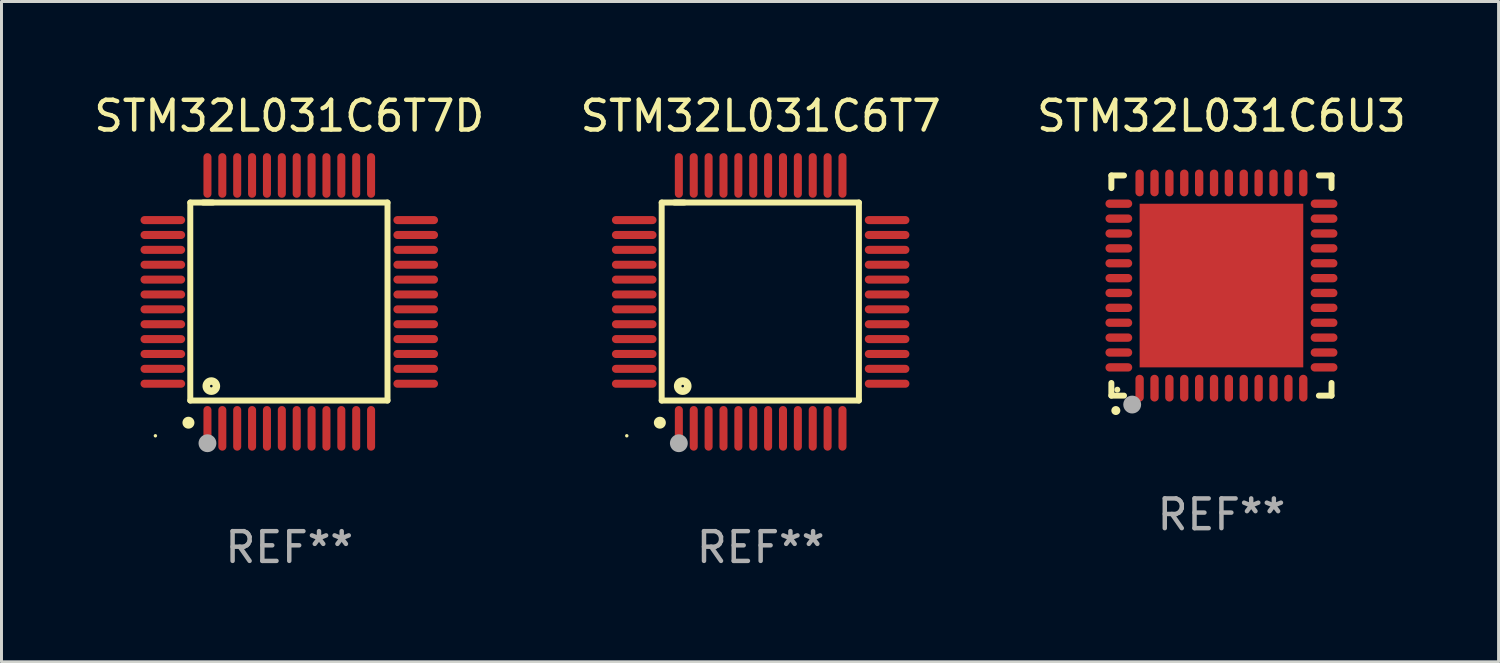
<source format=kicad_pcb>
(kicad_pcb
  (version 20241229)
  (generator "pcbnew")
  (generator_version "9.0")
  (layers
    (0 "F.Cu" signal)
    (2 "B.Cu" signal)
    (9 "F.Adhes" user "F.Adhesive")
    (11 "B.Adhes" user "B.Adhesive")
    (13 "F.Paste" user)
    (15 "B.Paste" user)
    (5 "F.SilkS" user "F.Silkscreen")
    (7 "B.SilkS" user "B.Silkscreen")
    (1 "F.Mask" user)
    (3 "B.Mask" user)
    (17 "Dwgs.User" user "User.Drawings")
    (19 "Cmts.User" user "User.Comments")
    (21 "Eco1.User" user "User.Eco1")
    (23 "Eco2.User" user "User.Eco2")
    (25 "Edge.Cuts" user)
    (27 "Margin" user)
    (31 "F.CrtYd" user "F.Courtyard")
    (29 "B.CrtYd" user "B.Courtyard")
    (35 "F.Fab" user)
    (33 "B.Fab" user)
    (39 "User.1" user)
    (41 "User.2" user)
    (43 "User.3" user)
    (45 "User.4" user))
  (footprint "STM32L031C6T7D"
    (layer "F.Cu")
    (at 6.673 7.098)
    (property "Reference" "STM32L031C6T7D" (at 0 -6.25 0) (layer "F.SilkS") (effects (font (size 1 1) (thickness 0.15))))
    (attr through_hole)
    (fp_line (start -3.327 -3.34) (end -2.565 -3.34) (stroke (width 0.2) (type solid)) (layer "F.SilkS"))
    (fp_line (start -3.327 3.315) (end -3.327 -3.34) (stroke (width 0.2) (type solid)) (layer "F.SilkS"))
    (fp_line (start -2.896 -3.34) (end 3.302 -3.34) (stroke (width 0.2) (type solid)) (layer "F.SilkS"))
    (fp_line (start 3.302 -3.34) (end 3.302 3.315) (stroke (width 0.2) (type solid)) (layer "F.SilkS"))
    (fp_line (start 3.302 3.315) (end -3.327 3.315) (stroke (width 0.2) (type solid)) (layer "F.SilkS"))
    (fp_arc (start -3.389992 4.059995) (mid -3.388722 4.059991) (end -3.387452 4.059995) (stroke (width 0.4) (type solid)) (layer "F.SilkS"))
    (fp_circle (center -4.5 4.5) (end -4.47 4.5) (stroke (width 0.06) (type solid)) (fill no) (layer "F.SilkS"))
    (fp_circle (center -2.62 2.83) (end -2.45 2.83) (stroke (width 0.254) (type solid)) (fill no) (layer "F.SilkS"))
    (fp_circle (center -2.75 4.75) (end -2.6 4.75) (stroke (width 0.3) (type solid)) (fill no) (layer "F.Fab"))
    (fp_text user "REF**" (at 0 8.25 0) (layer "F.Fab") (effects (font (size 1 1) (thickness 0.15))))
    (pad "1" smd oval (at -2.75 4.25) (size 0.27 1.5) (layers "F.Cu" "F.Mask" "F.Paste"))
    (pad "2" smd oval (at -2.25 4.25) (size 0.27 1.5) (layers "F.Cu" "F.Mask" "F.Paste"))
    (pad "3" smd oval (at -1.75 4.25) (size 0.27 1.5) (layers "F.Cu" "F.Mask" "F.Paste"))
    (pad "4" smd oval (at -1.25 4.25) (size 0.27 1.5) (layers "F.Cu" "F.Mask" "F.Paste"))
    (pad "5" smd oval (at -0.75 4.25) (size 0.27 1.5) (layers "F.Cu" "F.Mask" "F.Paste"))
    (pad "6" smd oval (at -0.25 4.25) (size 0.27 1.5) (layers "F.Cu" "F.Mask" "F.Paste"))
    (pad "7" smd oval (at 0.25 4.25) (size 0.27 1.5) (layers "F.Cu" "F.Mask" "F.Paste"))
    (pad "8" smd oval (at 0.75 4.25) (size 0.27 1.5) (layers "F.Cu" "F.Mask" "F.Paste"))
    (pad "9" smd oval (at 1.25 4.25) (size 0.27 1.5) (layers "F.Cu" "F.Mask" "F.Paste"))
    (pad "10" smd oval (at 1.75 4.25) (size 0.27 1.5) (layers "F.Cu" "F.Mask" "F.Paste"))
    (pad "11" smd oval (at 2.25 4.25) (size 0.27 1.5) (layers "F.Cu" "F.Mask" "F.Paste"))
    (pad "12" smd oval (at 2.75 4.25) (size 0.27 1.5) (layers "F.Cu" "F.Mask" "F.Paste"))
    (pad "13" smd oval (at 4.25 2.75) (size 1.5 0.27) (layers "F.Cu" "F.Mask" "F.Paste"))
    (pad "14" smd oval (at 4.25 2.25) (size 1.5 0.27) (layers "F.Cu" "F.Mask" "F.Paste"))
    (pad "15" smd oval (at 4.25 1.75) (size 1.5 0.27) (layers "F.Cu" "F.Mask" "F.Paste"))
    (pad "16" smd oval (at 4.25 1.25) (size 1.5 0.27) (layers "F.Cu" "F.Mask" "F.Paste"))
    (pad "17" smd oval (at 4.25 0.75) (size 1.5 0.27) (layers "F.Cu" "F.Mask" "F.Paste"))
    (pad "18" smd oval (at 4.25 0.25) (size 1.5 0.27) (layers "F.Cu" "F.Mask" "F.Paste"))
    (pad "19" smd oval (at 4.25 -0.25) (size 1.5 0.27) (layers "F.Cu" "F.Mask" "F.Paste"))
    (pad "20" smd oval (at 4.25 -0.75) (size 1.5 0.27) (layers "F.Cu" "F.Mask" "F.Paste"))
    (pad "21" smd oval (at 4.25 -1.25) (size 1.5 0.27) (layers "F.Cu" "F.Mask" "F.Paste"))
    (pad "22" smd oval (at 4.25 -1.75) (size 1.5 0.27) (layers "F.Cu" "F.Mask" "F.Paste"))
    (pad "23" smd oval (at 4.25 -2.25) (size 1.5 0.27) (layers "F.Cu" "F.Mask" "F.Paste"))
    (pad "24" smd oval (at 4.25 -2.75) (size 1.5 0.27) (layers "F.Cu" "F.Mask" "F.Paste"))
    (pad "25" smd oval (at 2.75 -4.25) (size 0.27 1.5) (layers "F.Cu" "F.Mask" "F.Paste"))
    (pad "26" smd oval (at 2.25 -4.25) (size 0.27 1.5) (layers "F.Cu" "F.Mask" "F.Paste"))
    (pad "27" smd oval (at 1.75 -4.25) (size 0.27 1.5) (layers "F.Cu" "F.Mask" "F.Paste"))
    (pad "28" smd oval (at 1.25 -4.25) (size 0.27 1.5) (layers "F.Cu" "F.Mask" "F.Paste"))
    (pad "29" smd oval (at 0.75 -4.25) (size 0.27 1.5) (layers "F.Cu" "F.Mask" "F.Paste"))
    (pad "30" smd oval (at 0.25 -4.25) (size 0.27 1.5) (layers "F.Cu" "F.Mask" "F.Paste"))
    (pad "31" smd oval (at -0.25 -4.25) (size 0.27 1.5) (layers "F.Cu" "F.Mask" "F.Paste"))
    (pad "32" smd oval (at -0.75 -4.25) (size 0.27 1.5) (layers "F.Cu" "F.Mask" "F.Paste"))
    (pad "33" smd oval (at -1.25 -4.25) (size 0.27 1.5) (layers "F.Cu" "F.Mask" "F.Paste"))
    (pad "34" smd oval (at -1.75 -4.25) (size 0.27 1.5) (layers "F.Cu" "F.Mask" "F.Paste"))
    (pad "35" smd oval (at -2.25 -4.25) (size 0.27 1.5) (layers "F.Cu" "F.Mask" "F.Paste"))
    (pad "36" smd oval (at -2.75 -4.25) (size 0.27 1.5) (layers "F.Cu" "F.Mask" "F.Paste"))
    (pad "37" smd oval (at -4.25 -2.75) (size 1.5 0.27) (layers "F.Cu" "F.Mask" "F.Paste"))
    (pad "38" smd oval (at -4.25 -2.25) (size 1.5 0.27) (layers "F.Cu" "F.Mask" "F.Paste"))
    (pad "39" smd oval (at -4.25 -1.75) (size 1.5 0.27) (layers "F.Cu" "F.Mask" "F.Paste"))
    (pad "40" smd oval (at -4.25 -1.25) (size 1.5 0.27) (layers "F.Cu" "F.Mask" "F.Paste"))
    (pad "41" smd oval (at -4.25 -0.75) (size 1.5 0.27) (layers "F.Cu" "F.Mask" "F.Paste"))
    (pad "42" smd oval (at -4.25 -0.25) (size 1.5 0.27) (layers "F.Cu" "F.Mask" "F.Paste"))
    (pad "43" smd oval (at -4.25 0.25) (size 1.5 0.27) (layers "F.Cu" "F.Mask" "F.Paste"))
    (pad "44" smd oval (at -4.25 0.75) (size 1.5 0.27) (layers "F.Cu" "F.Mask" "F.Paste"))
    (pad "45" smd oval (at -4.25 1.25) (size 1.5 0.27) (layers "F.Cu" "F.Mask" "F.Paste"))
    (pad "46" smd oval (at -4.25 1.75) (size 1.5 0.27) (layers "F.Cu" "F.Mask" "F.Paste"))
    (pad "47" smd oval (at -4.25 2.25) (size 1.5 0.27) (layers "F.Cu" "F.Mask" "F.Paste"))
    (pad "48" smd oval (at -4.25 2.75) (size 1.5 0.27) (layers "F.Cu" "F.Mask" "F.Paste")))
  (footprint "STM32L031C6U3"
    (layer "F.Cu")
    (at 38.006 6.548)
    (property "Reference" "STM32L031C6U3" (at 0 -5.7 0) (layer "F.SilkS") (effects (font (size 1 1) (thickness 0.15))))
    (attr through_hole)
    (fp_line (start -3.7 -3.7) (end -3.275 -3.7) (stroke (width 0.2) (type solid)) (layer "F.SilkS"))
    (fp_line (start -3.7 -3.275) (end -3.7 -3.7) (stroke (width 0.2) (type solid)) (layer "F.SilkS"))
    (fp_line (start -3.7 3.7) (end -3.7 3.275) (stroke (width 0.2) (type solid)) (layer "F.SilkS"))
    (fp_line (start -3.275 3.7) (end -3.7 3.7) (stroke (width 0.2) (type solid)) (layer "F.SilkS"))
    (fp_line (start 3.7 -3.7) (end 3.275 -3.7) (stroke (width 0.2) (type solid)) (layer "F.SilkS"))
    (fp_line (start 3.7 -3.275) (end 3.7 -3.7) (stroke (width 0.2) (type solid)) (layer "F.SilkS"))
    (fp_line (start 3.7 3.275) (end 3.7 3.7) (stroke (width 0.2) (type solid)) (layer "F.SilkS"))
    (fp_line (start 3.7 3.7) (end 3.275 3.7) (stroke (width 0.2) (type solid)) (layer "F.SilkS"))
    (fp_arc (start -3.550927 4.201168) (mid -3.549657 4.201163) (end -3.548387 4.201168) (stroke (width 0.3) (type solid)) (layer "F.SilkS"))
    (fp_circle (center -3.5 3.5) (end -3.45 3.5) (stroke (width 0.1) (type solid)) (fill no) (layer "F.SilkS"))
    (fp_circle (center -3 4) (end -2.85 4) (stroke (width 0.3) (type solid)) (fill no) (layer "F.Fab"))
    (fp_text user "REF**" (at 0 7.7 0) (layer "F.Fab") (effects (font (size 1 1) (thickness 0.15))))
    (pad "1" smd oval (at -2.751 3.449) (size 0.28 0.9) (layers "F.Cu" "F.Mask" "F.Paste"))
    (pad "2" smd oval (at -2.25 3.449) (size 0.28 0.9) (layers "F.Cu" "F.Mask" "F.Paste"))
    (pad "3" smd oval (at -1.75 3.449) (size 0.28 0.9) (layers "F.Cu" "F.Mask" "F.Paste"))
    (pad "4" smd oval (at -1.25 3.449) (size 0.28 0.9) (layers "F.Cu" "F.Mask" "F.Paste"))
    (pad "5" smd oval (at -0.749 3.449) (size 0.28 0.9) (layers "F.Cu" "F.Mask" "F.Paste"))
    (pad "6" smd oval (at -0.249 3.449) (size 0.28 0.9) (layers "F.Cu" "F.Mask" "F.Paste"))
    (pad "7" smd oval (at 0.249 3.449) (size 0.28 0.9) (layers "F.Cu" "F.Mask" "F.Paste"))
    (pad "8" smd oval (at 0.749 3.449) (size 0.28 0.9) (layers "F.Cu" "F.Mask" "F.Paste"))
    (pad "9" smd oval (at 1.25 3.449) (size 0.28 0.9) (layers "F.Cu" "F.Mask" "F.Paste"))
    (pad "10" smd oval (at 1.75 3.449) (size 0.28 0.9) (layers "F.Cu" "F.Mask" "F.Paste"))
    (pad "11" smd oval (at 2.251 3.449) (size 0.28 0.9) (layers "F.Cu" "F.Mask" "F.Paste"))
    (pad "12" smd oval (at 2.751 3.449) (size 0.28 0.9) (layers "F.Cu" "F.Mask" "F.Paste"))
    (pad "13" smd oval (at 3.449 2.751) (size 0.9 0.28) (layers "F.Cu" "F.Mask" "F.Paste"))
    (pad "14" smd oval (at 3.449 2.251) (size 0.9 0.28) (layers "F.Cu" "F.Mask" "F.Paste"))
    (pad "15" smd oval (at 3.449 1.75) (size 0.9 0.28) (layers "F.Cu" "F.Mask" "F.Paste"))
    (pad "16" smd oval (at 3.449 1.25) (size 0.9 0.28) (layers "F.Cu" "F.Mask" "F.Paste"))
    (pad "17" smd oval (at 3.449 0.749) (size 0.9 0.28) (layers "F.Cu" "F.Mask" "F.Paste"))
    (pad "18" smd oval (at 3.449 0.249) (size 0.9 0.28) (layers "F.Cu" "F.Mask" "F.Paste"))
    (pad "19" smd oval (at 3.449 -0.249) (size 0.9 0.28) (layers "F.Cu" "F.Mask" "F.Paste"))
    (pad "20" smd oval (at 3.449 -0.749) (size 0.9 0.28) (layers "F.Cu" "F.Mask" "F.Paste"))
    (pad "21" smd oval (at 3.449 -1.25) (size 0.9 0.28) (layers "F.Cu" "F.Mask" "F.Paste"))
    (pad "22" smd oval (at 3.449 -1.75) (size 0.9 0.28) (layers "F.Cu" "F.Mask" "F.Paste"))
    (pad "23" smd oval (at 3.449 -2.25) (size 0.9 0.28) (layers "F.Cu" "F.Mask" "F.Paste"))
    (pad "24" smd oval (at 3.449 -2.751) (size 0.9 0.28) (layers "F.Cu" "F.Mask" "F.Paste"))
    (pad "25" smd oval (at 2.751 -3.449) (size 0.28 0.9) (layers "F.Cu" "F.Mask" "F.Paste"))
    (pad "26" smd oval (at 2.251 -3.449) (size 0.28 0.9) (layers "F.Cu" "F.Mask" "F.Paste"))
    (pad "27" smd oval (at 1.75 -3.449) (size 0.28 0.9) (layers "F.Cu" "F.Mask" "F.Paste"))
    (pad "28" smd oval (at 1.25 -3.449) (size 0.28 0.9) (layers "F.Cu" "F.Mask" "F.Paste"))
    (pad "29" smd oval (at 0.749 -3.449) (size 0.28 0.9) (layers "F.Cu" "F.Mask" "F.Paste"))
    (pad "30" smd oval (at 0.249 -3.449) (size 0.28 0.9) (layers "F.Cu" "F.Mask" "F.Paste"))
    (pad "31" smd oval (at -0.249 -3.449) (size 0.28 0.9) (layers "F.Cu" "F.Mask" "F.Paste"))
    (pad "32" smd oval (at -0.749 -3.449) (size 0.28 0.9) (layers "F.Cu" "F.Mask" "F.Paste"))
    (pad "33" smd oval (at -1.25 -3.449) (size 0.28 0.9) (layers "F.Cu" "F.Mask" "F.Paste"))
    (pad "34" smd oval (at -1.75 -3.449) (size 0.28 0.9) (layers "F.Cu" "F.Mask" "F.Paste"))
    (pad "35" smd oval (at -2.25 -3.449) (size 0.28 0.9) (layers "F.Cu" "F.Mask" "F.Paste"))
    (pad "36" smd oval (at -2.751 -3.449) (size 0.28 0.9) (layers "F.Cu" "F.Mask" "F.Paste"))
    (pad "37" smd oval (at -3.449 -2.751) (size 0.9 0.28) (layers "F.Cu" "F.Mask" "F.Paste"))
    (pad "38" smd oval (at -3.449 -2.25) (size 0.9 0.28) (layers "F.Cu" "F.Mask" "F.Paste"))
    (pad "39" smd oval (at -3.449 -1.75) (size 0.9 0.28) (layers "F.Cu" "F.Mask" "F.Paste"))
    (pad "40" smd oval (at -3.449 -1.25) (size 0.9 0.28) (layers "F.Cu" "F.Mask" "F.Paste"))
    (pad "41" smd oval (at -3.449 -0.749) (size 0.9 0.28) (layers "F.Cu" "F.Mask" "F.Paste"))
    (pad "42" smd oval (at -3.449 -0.249) (size 0.9 0.28) (layers "F.Cu" "F.Mask" "F.Paste"))
    (pad "43" smd oval (at -3.449 0.249) (size 0.9 0.28) (layers "F.Cu" "F.Mask" "F.Paste"))
    (pad "44" smd oval (at -3.449 0.749) (size 0.9 0.28) (layers "F.Cu" "F.Mask" "F.Paste"))
    (pad "45" smd oval (at -3.449 1.25) (size 0.9 0.28) (layers "F.Cu" "F.Mask" "F.Paste"))
    (pad "46" smd oval (at -3.449 1.75) (size 0.9 0.28) (layers "F.Cu" "F.Mask" "F.Paste"))
    (pad "47" smd oval (at -3.449 2.251) (size 0.9 0.28) (layers "F.Cu" "F.Mask" "F.Paste"))
    (pad "48" smd oval (at -3.449 2.751) (size 0.9 0.28) (layers "F.Cu" "F.Mask" "F.Paste"))
    (pad "49" smd rect (at 0.000076 0.000076) (size 5.5 5.5) (layers "F.Cu" "F.Mask" "F.Paste")))
  (footprint "STM32L031C6T7"
    (layer "F.Cu")
    (at 22.518 7.098)
    (property "Reference" "STM32L031C6T7" (at 0 -6.25 0) (layer "F.SilkS") (effects (font (size 1 1) (thickness 0.15))))
    (attr through_hole)
    (fp_line (start -3.327 -3.34) (end -2.565 -3.34) (stroke (width 0.2) (type solid)) (layer "F.SilkS"))
    (fp_line (start -3.327 3.315) (end -3.327 -3.34) (stroke (width 0.2) (type solid)) (layer "F.SilkS"))
    (fp_line (start -2.896 -3.34) (end 3.302 -3.34) (stroke (width 0.2) (type solid)) (layer "F.SilkS"))
    (fp_line (start 3.302 -3.34) (end 3.302 3.315) (stroke (width 0.2) (type solid)) (layer "F.SilkS"))
    (fp_line (start 3.302 3.315) (end -3.327 3.315) (stroke (width 0.2) (type solid)) (layer "F.SilkS"))
    (fp_arc (start -3.389992 4.059995) (mid -3.388722 4.059991) (end -3.387452 4.059995) (stroke (width 0.4) (type solid)) (layer "F.SilkS"))
    (fp_circle (center -4.5 4.5) (end -4.47 4.5) (stroke (width 0.06) (type solid)) (fill no) (layer "F.SilkS"))
    (fp_circle (center -2.62 2.83) (end -2.45 2.83) (stroke (width 0.254) (type solid)) (fill no) (layer "F.SilkS"))
    (fp_circle (center -2.75 4.75) (end -2.6 4.75) (stroke (width 0.3) (type solid)) (fill no) (layer "F.Fab"))
    (fp_text user "REF**" (at 0 8.25 0) (layer "F.Fab") (effects (font (size 1 1) (thickness 0.15))))
    (pad "1" smd oval (at -2.75 4.25) (size 0.27 1.5) (layers "F.Cu" "F.Mask" "F.Paste"))
    (pad "2" smd oval (at -2.25 4.25) (size 0.27 1.5) (layers "F.Cu" "F.Mask" "F.Paste"))
    (pad "3" smd oval (at -1.75 4.25) (size 0.27 1.5) (layers "F.Cu" "F.Mask" "F.Paste"))
    (pad "4" smd oval (at -1.25 4.25) (size 0.27 1.5) (layers "F.Cu" "F.Mask" "F.Paste"))
    (pad "5" smd oval (at -0.75 4.25) (size 0.27 1.5) (layers "F.Cu" "F.Mask" "F.Paste"))
    (pad "6" smd oval (at -0.25 4.25) (size 0.27 1.5) (layers "F.Cu" "F.Mask" "F.Paste"))
    (pad "7" smd oval (at 0.25 4.25) (size 0.27 1.5) (layers "F.Cu" "F.Mask" "F.Paste"))
    (pad "8" smd oval (at 0.75 4.25) (size 0.27 1.5) (layers "F.Cu" "F.Mask" "F.Paste"))
    (pad "9" smd oval (at 1.25 4.25) (size 0.27 1.5) (layers "F.Cu" "F.Mask" "F.Paste"))
    (pad "10" smd oval (at 1.75 4.25) (size 0.27 1.5) (layers "F.Cu" "F.Mask" "F.Paste"))
    (pad "11" smd oval (at 2.25 4.25) (size 0.27 1.5) (layers "F.Cu" "F.Mask" "F.Paste"))
    (pad "12" smd oval (at 2.75 4.25) (size 0.27 1.5) (layers "F.Cu" "F.Mask" "F.Paste"))
    (pad "13" smd oval (at 4.25 2.75) (size 1.5 0.27) (layers "F.Cu" "F.Mask" "F.Paste"))
    (pad "14" smd oval (at 4.25 2.25) (size 1.5 0.27) (layers "F.Cu" "F.Mask" "F.Paste"))
    (pad "15" smd oval (at 4.25 1.75) (size 1.5 0.27) (layers "F.Cu" "F.Mask" "F.Paste"))
    (pad "16" smd oval (at 4.25 1.25) (size 1.5 0.27) (layers "F.Cu" "F.Mask" "F.Paste"))
    (pad "17" smd oval (at 4.25 0.75) (size 1.5 0.27) (layers "F.Cu" "F.Mask" "F.Paste"))
    (pad "18" smd oval (at 4.25 0.25) (size 1.5 0.27) (layers "F.Cu" "F.Mask" "F.Paste"))
    (pad "19" smd oval (at 4.25 -0.25) (size 1.5 0.27) (layers "F.Cu" "F.Mask" "F.Paste"))
    (pad "20" smd oval (at 4.25 -0.75) (size 1.5 0.27) (layers "F.Cu" "F.Mask" "F.Paste"))
    (pad "21" smd oval (at 4.25 -1.25) (size 1.5 0.27) (layers "F.Cu" "F.Mask" "F.Paste"))
    (pad "22" smd oval (at 4.25 -1.75) (size 1.5 0.27) (layers "F.Cu" "F.Mask" "F.Paste"))
    (pad "23" smd oval (at 4.25 -2.25) (size 1.5 0.27) (layers "F.Cu" "F.Mask" "F.Paste"))
    (pad "24" smd oval (at 4.25 -2.75) (size 1.5 0.27) (layers "F.Cu" "F.Mask" "F.Paste"))
    (pad "25" smd oval (at 2.75 -4.25) (size 0.27 1.5) (layers "F.Cu" "F.Mask" "F.Paste"))
    (pad "26" smd oval (at 2.25 -4.25) (size 0.27 1.5) (layers "F.Cu" "F.Mask" "F.Paste"))
    (pad "27" smd oval (at 1.75 -4.25) (size 0.27 1.5) (layers "F.Cu" "F.Mask" "F.Paste"))
    (pad "28" smd oval (at 1.25 -4.25) (size 0.27 1.5) (layers "F.Cu" "F.Mask" "F.Paste"))
    (pad "29" smd oval (at 0.75 -4.25) (size 0.27 1.5) (layers "F.Cu" "F.Mask" "F.Paste"))
    (pad "30" smd oval (at 0.25 -4.25) (size 0.27 1.5) (layers "F.Cu" "F.Mask" "F.Paste"))
    (pad "31" smd oval (at -0.25 -4.25) (size 0.27 1.5) (layers "F.Cu" "F.Mask" "F.Paste"))
    (pad "32" smd oval (at -0.75 -4.25) (size 0.27 1.5) (layers "F.Cu" "F.Mask" "F.Paste"))
    (pad "33" smd oval (at -1.25 -4.25) (size 0.27 1.5) (layers "F.Cu" "F.Mask" "F.Paste"))
    (pad "34" smd oval (at -1.75 -4.25) (size 0.27 1.5) (layers "F.Cu" "F.Mask" "F.Paste"))
    (pad "35" smd oval (at -2.25 -4.25) (size 0.27 1.5) (layers "F.Cu" "F.Mask" "F.Paste"))
    (pad "36" smd oval (at -2.75 -4.25) (size 0.27 1.5) (layers "F.Cu" "F.Mask" "F.Paste"))
    (pad "37" smd oval (at -4.25 -2.75) (size 1.5 0.27) (layers "F.Cu" "F.Mask" "F.Paste"))
    (pad "38" smd oval (at -4.25 -2.25) (size 1.5 0.27) (layers "F.Cu" "F.Mask" "F.Paste"))
    (pad "39" smd oval (at -4.25 -1.75) (size 1.5 0.27) (layers "F.Cu" "F.Mask" "F.Paste"))
    (pad "40" smd oval (at -4.25 -1.25) (size 1.5 0.27) (layers "F.Cu" "F.Mask" "F.Paste"))
    (pad "41" smd oval (at -4.25 -0.75) (size 1.5 0.27) (layers "F.Cu" "F.Mask" "F.Paste"))
    (pad "42" smd oval (at -4.25 -0.25) (size 1.5 0.27) (layers "F.Cu" "F.Mask" "F.Paste"))
    (pad "43" smd oval (at -4.25 0.25) (size 1.5 0.27) (layers "F.Cu" "F.Mask" "F.Paste"))
    (pad "44" smd oval (at -4.25 0.75) (size 1.5 0.27) (layers "F.Cu" "F.Mask" "F.Paste"))
    (pad "45" smd oval (at -4.25 1.25) (size 1.5 0.27) (layers "F.Cu" "F.Mask" "F.Paste"))
    (pad "46" smd oval (at -4.25 1.75) (size 1.5 0.27) (layers "F.Cu" "F.Mask" "F.Paste"))
    (pad "47" smd oval (at -4.25 2.25) (size 1.5 0.27) (layers "F.Cu" "F.Mask" "F.Paste"))
    (pad "48" smd oval (at -4.25 2.75) (size 1.5 0.27) (layers "F.Cu" "F.Mask" "F.Paste")))
  (gr_rect
    (start -3 -3)
    (end 47.321 19.196)
    (stroke (width 0.1) (type default))
    (fill no)
    (layer "Edge.Cuts")))
</source>
